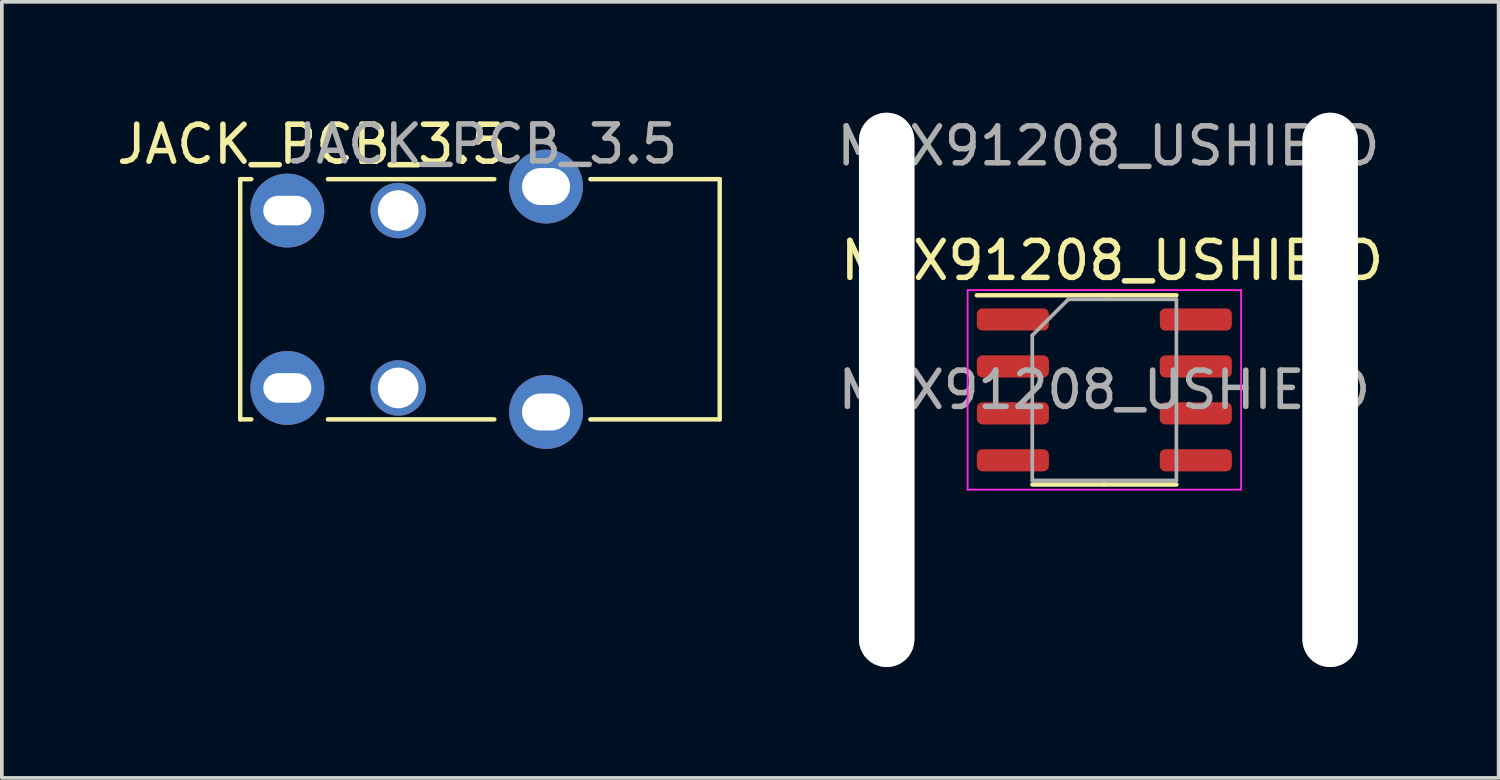
<source format=kicad_pcb>
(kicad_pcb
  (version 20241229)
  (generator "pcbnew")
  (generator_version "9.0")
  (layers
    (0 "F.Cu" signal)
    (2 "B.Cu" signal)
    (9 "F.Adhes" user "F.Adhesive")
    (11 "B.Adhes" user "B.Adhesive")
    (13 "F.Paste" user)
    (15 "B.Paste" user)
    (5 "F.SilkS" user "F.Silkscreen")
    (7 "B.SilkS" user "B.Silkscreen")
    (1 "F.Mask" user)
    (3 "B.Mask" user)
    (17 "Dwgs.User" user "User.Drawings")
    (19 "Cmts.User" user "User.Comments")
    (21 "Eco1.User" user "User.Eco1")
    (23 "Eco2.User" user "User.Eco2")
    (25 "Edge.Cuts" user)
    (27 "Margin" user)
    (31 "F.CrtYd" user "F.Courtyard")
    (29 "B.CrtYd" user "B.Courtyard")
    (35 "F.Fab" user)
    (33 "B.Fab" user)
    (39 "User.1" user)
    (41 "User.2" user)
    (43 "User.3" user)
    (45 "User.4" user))
  (footprint "JACK_PCB_3.5"
    (layer "F.Cu")
    (at 7.725 5.048)
    (property "Reference" "JACK_PCB_3.5" (at -2.338 -4.192 0) (unlocked yes) (layer "F.SilkS") (effects (font (size 1 1) (thickness 0.15))))
    (attr through_hole)
    (fp_line (start -4.275 -3.25) (end -4.275 3.25) (stroke (width 0.12) (type solid)) (layer "F.SilkS"))
    (fp_line (start -4.275 3.25) (end -3.975 3.25) (stroke (width 0.12) (type solid)) (layer "F.SilkS"))
    (fp_line (start -3.975 -3.25) (end -4.275 -3.25) (stroke (width 0.12) (type solid)) (layer "F.SilkS"))
    (fp_line (start -1.9 -3.25) (end 2.6 -3.25) (stroke (width 0.12) (type solid)) (layer "F.SilkS"))
    (fp_line (start -1.9 3.25) (end 2.6 3.25) (stroke (width 0.12) (type solid)) (layer "F.SilkS"))
    (fp_line (start 5.2 -3.25) (end 8.7 -3.25) (stroke (width 0.12) (type solid)) (layer "F.SilkS"))
    (fp_line (start 8.7 -3.25) (end 8.7 3.25) (stroke (width 0.12) (type solid)) (layer "F.SilkS"))
    (fp_line (start 8.7 3.25) (end 5.2 3.25) (stroke (width 0.12) (type solid)) (layer "F.SilkS"))
    (fp_text user "${REFERENCE}" (at 2.286 -4.2 0) (unlocked yes) (layer "F.Fab") (effects (font (size 1 1) (thickness 0.15))))
    (pad "" np_thru_hole circle (at 0 -2.4) (size 1.5 1.5) (drill 1.1) (layers "*.Cu" "*.Mask"))
    (pad "" np_thru_hole circle (at 0 2.4) (size 1.5 1.5) (drill 1.1) (layers "*.Cu" "*.Mask"))
    (pad "1" thru_hole circle (at 4 3.05) (size 2 2) (drill oval 1.3 1) (layers "*.Cu" "*.Mask"))
    (pad "2" thru_hole circle (at 4 -3.05) (size 2 2) (drill oval 1.3 1) (layers "*.Cu" "*.Mask"))
    (pad "3" thru_hole circle (at -3 -2.4) (size 2 2) (drill oval 1.3 0.8) (layers "*.Cu" "*.Mask"))
    (pad "3" thru_hole circle (at -3 2.4) (size 2 2) (drill oval 1.3 0.8) (layers "*.Cu" "*.Mask")))
  (footprint "MLX91208_USHIELD"
    (layer "F.Cu")
    (at 26.943 7.5)
    (property "Reference" "MLX91208_USHIELD" (at 0.1 -3.5 0) (unlocked yes) (layer "F.SilkS") (effects (font (size 1 1) (thickness 0.15))))
    (attr smd)
    (fp_line (start -0.11 -2.56) (end -3.56 -2.56) (stroke (width 0.12) (type solid)) (layer "F.SilkS"))
    (fp_line (start -0.11 -2.56) (end 1.84 -2.56) (stroke (width 0.12) (type solid)) (layer "F.SilkS"))
    (fp_line (start -0.11 2.56) (end -2.06 2.56) (stroke (width 0.12) (type solid)) (layer "F.SilkS"))
    (fp_line (start -0.11 2.56) (end 1.84 2.56) (stroke (width 0.12) (type solid)) (layer "F.SilkS"))
    (fp_line (start -3.81 -2.7) (end -3.81 2.7) (stroke (width 0.05) (type solid)) (layer "F.CrtYd"))
    (fp_line (start -3.81 2.7) (end 3.59 2.7) (stroke (width 0.05) (type solid)) (layer "F.CrtYd"))
    (fp_line (start 3.59 -2.7) (end -3.81 -2.7) (stroke (width 0.05) (type solid)) (layer "F.CrtYd"))
    (fp_line (start 3.59 2.7) (end 3.59 -2.7) (stroke (width 0.05) (type solid)) (layer "F.CrtYd"))
    (fp_line (start -2.06 -1.475) (end -1.085 -2.45) (stroke (width 0.1) (type solid)) (layer "F.Fab"))
    (fp_line (start -2.06 2.45) (end -2.06 -1.475) (stroke (width 0.1) (type solid)) (layer "F.Fab"))
    (fp_line (start -1.085 -2.45) (end 1.84 -2.45) (stroke (width 0.1) (type solid)) (layer "F.Fab"))
    (fp_line (start 1.84 -2.45) (end 1.84 2.45) (stroke (width 0.1) (type solid)) (layer "F.Fab"))
    (fp_line (start 1.84 2.45) (end -2.06 2.45) (stroke (width 0.1) (type solid)) (layer "F.Fab"))
    (fp_text user "${REFERENCE}" (at -0.11 0 0) (layer "F.Fab") (effects (font (size 0.98 0.98) (thickness 0.15))))
    (fp_text user "${REFERENCE}" (at 0 -6.6 0) (unlocked yes) (layer "F.Fab") (effects (font (size 1 1) (thickness 0.15))))
    (pad "" np_thru_hole roundrect (at -6 0) (size 1.5 15) (drill oval 1.5 15) (layers "*.Cu" "*.Mask") (roundrect_rratio 0.5))
    (pad "" np_thru_hole roundrect (at 6 0) (size 1.5 15) (drill oval 1.5 15) (layers "*.Cu" "*.Mask") (roundrect_rratio 0.5))
    (pad "1" smd roundrect (at -2.585 -1.905) (size 1.95 0.6) (layers "F.Cu" "F.Mask" "F.Paste") (roundrect_rratio 0.25))
    (pad "2" smd roundrect (at -2.585 -0.635) (size 1.95 0.6) (layers "F.Cu" "F.Mask" "F.Paste") (roundrect_rratio 0.25))
    (pad "3" smd roundrect (at -2.585 0.635) (size 1.95 0.6) (layers "F.Cu" "F.Mask" "F.Paste") (roundrect_rratio 0.25))
    (pad "4" smd roundrect (at -2.585 1.905) (size 1.95 0.6) (layers "F.Cu" "F.Mask" "F.Paste") (roundrect_rratio 0.25))
    (pad "5" smd roundrect (at 2.365 1.905) (size 1.95 0.6) (layers "F.Cu" "F.Mask" "F.Paste") (roundrect_rratio 0.25))
    (pad "6" smd roundrect (at 2.365 0.635) (size 1.95 0.6) (layers "F.Cu" "F.Mask" "F.Paste") (roundrect_rratio 0.25))
    (pad "7" smd roundrect (at 2.365 -0.635) (size 1.95 0.6) (layers "F.Cu" "F.Mask" "F.Paste") (roundrect_rratio 0.25))
    (pad "8" smd roundrect (at 2.365 -1.905) (size 1.95 0.6) (layers "F.Cu" "F.Mask" "F.Paste") (roundrect_rratio 0.25)))
  (gr_rect
    (start -3 -3)
    (end 37.502 18)
    (stroke (width 0.1) (type default))
    (fill no)
    (layer "Edge.Cuts")))
</source>
